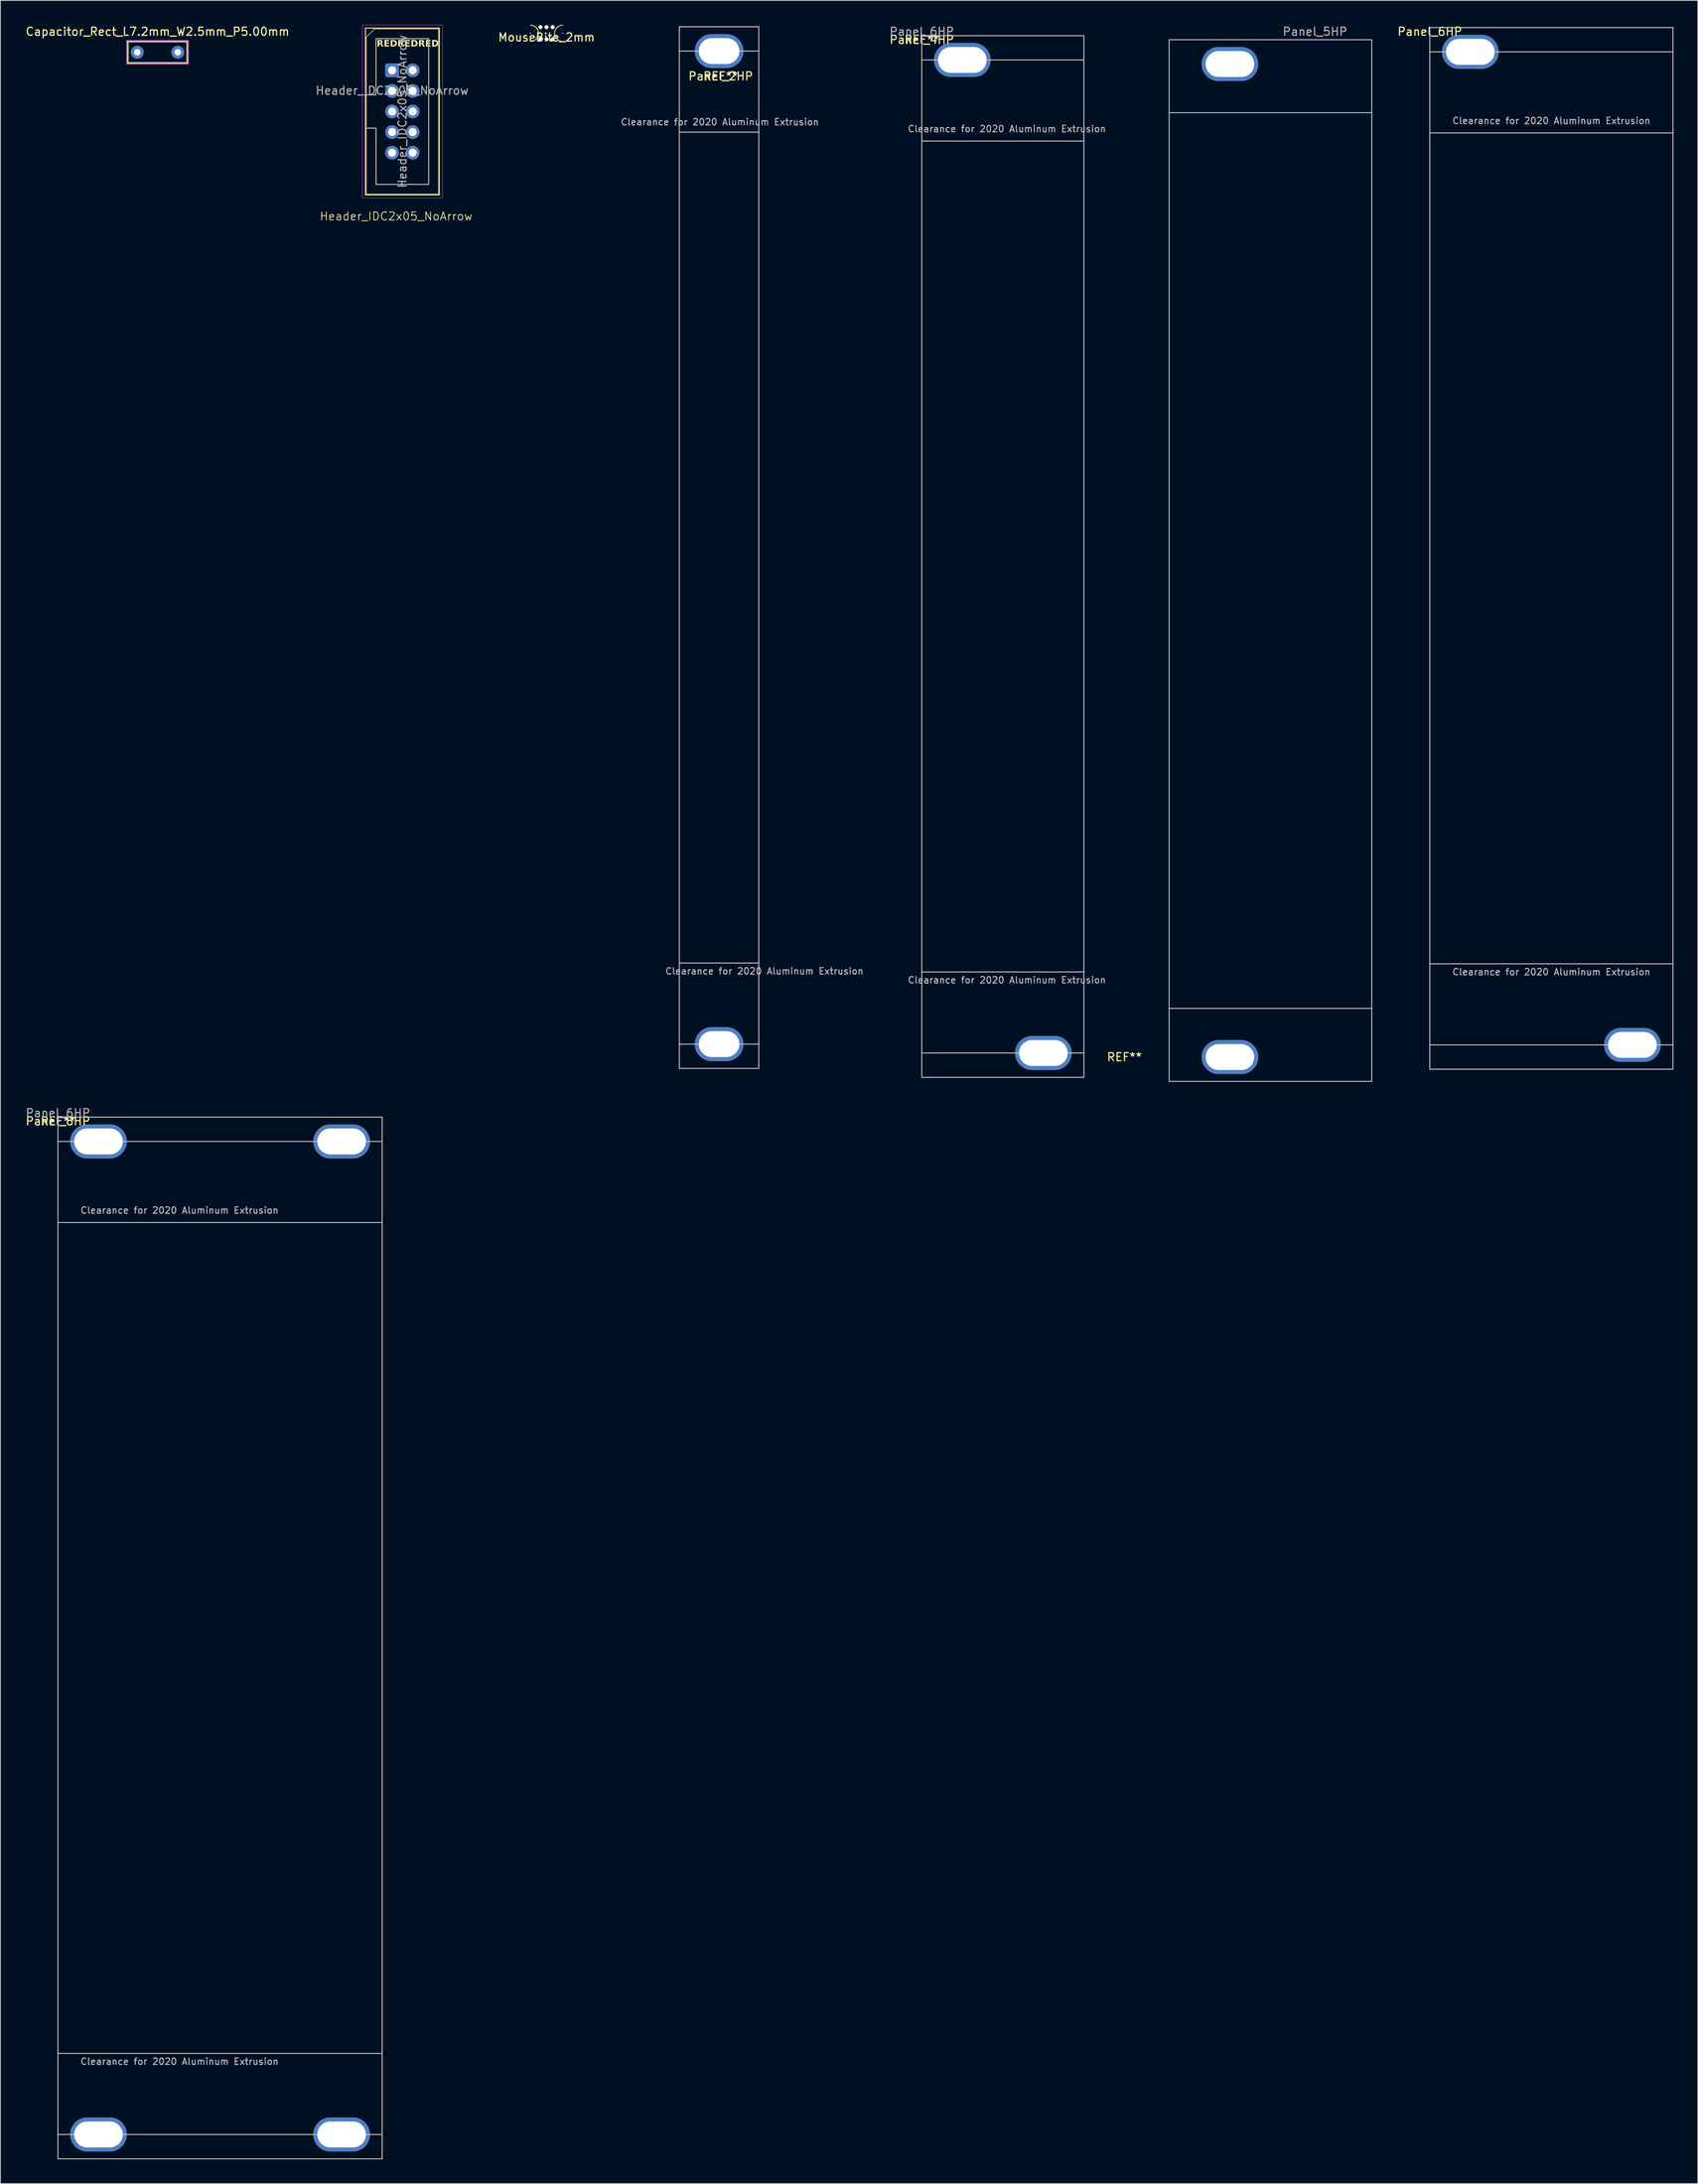
<source format=kicad_pcb>
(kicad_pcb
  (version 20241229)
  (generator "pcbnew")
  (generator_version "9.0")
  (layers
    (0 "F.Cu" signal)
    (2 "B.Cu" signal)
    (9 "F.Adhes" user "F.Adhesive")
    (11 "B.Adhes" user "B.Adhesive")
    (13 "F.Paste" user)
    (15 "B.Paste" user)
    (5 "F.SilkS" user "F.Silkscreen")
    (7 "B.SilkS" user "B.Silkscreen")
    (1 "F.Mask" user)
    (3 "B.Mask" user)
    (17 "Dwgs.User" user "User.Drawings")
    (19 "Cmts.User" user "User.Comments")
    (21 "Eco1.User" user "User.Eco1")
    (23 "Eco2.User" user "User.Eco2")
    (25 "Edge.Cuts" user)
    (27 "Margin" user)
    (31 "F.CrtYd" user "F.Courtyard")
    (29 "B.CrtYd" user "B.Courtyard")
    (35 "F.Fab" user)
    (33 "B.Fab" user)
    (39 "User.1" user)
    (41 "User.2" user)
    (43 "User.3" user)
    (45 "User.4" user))
  (footprint "Header_IDC2x05_NoArrow"
    (layer "F.Cu")
    (at 45.327 5.625)
    (property "Reference" "Header_IDC2x05_NoArrow" (at 0.5 18 0) (unlocked yes) (layer "F.SilkS") (effects (font (size 1 1) (thickness 0.1))))
    (attr through_hole)
    (fp_line (start -3.29 -5.21) (end 5.83 -5.21) (stroke (width 0.12) (type solid)) (layer "F.SilkS"))
    (fp_line (start -3.29 3.03) (end -1.98 3.03) (stroke (width 0.12) (type solid)) (layer "F.SilkS"))
    (fp_line (start -3.29 15.37) (end -3.29 -5.21) (stroke (width 0.12) (type solid)) (layer "F.SilkS"))
    (fp_line (start -1.98 -3.91) (end 4.52 -3.91) (stroke (width 0.12) (type solid)) (layer "F.SilkS"))
    (fp_line (start -1.98 3.03) (end -1.98 -3.91) (stroke (width 0.12) (type solid)) (layer "F.SilkS"))
    (fp_line (start -1.98 7.13) (end -3.29 7.13) (stroke (width 0.12) (type solid)) (layer "F.SilkS"))
    (fp_line (start -1.98 7.13) (end -1.98 7.13) (stroke (width 0.12) (type solid)) (layer "F.SilkS"))
    (fp_line (start -1.98 14.07) (end -1.98 7.13) (stroke (width 0.12) (type solid)) (layer "F.SilkS"))
    (fp_line (start 4.52 -3.91) (end 4.52 14.07) (stroke (width 0.12) (type solid)) (layer "F.SilkS"))
    (fp_line (start 4.52 14.07) (end -1.98 14.07) (stroke (width 0.12) (type solid)) (layer "F.SilkS"))
    (fp_line (start 5.83 -5.21) (end 5.83 15.37) (stroke (width 0.12) (type solid)) (layer "F.SilkS"))
    (fp_line (start 5.83 15.37) (end -3.29 15.37) (stroke (width 0.12) (type solid)) (layer "F.SilkS"))
    (fp_line (start -3.68 -5.6) (end -3.68 15.76) (stroke (width 0.05) (type solid)) (layer "F.CrtYd"))
    (fp_line (start -3.68 15.76) (end 6.22 15.76) (stroke (width 0.05) (type solid)) (layer "F.CrtYd"))
    (fp_line (start 6.22 -5.6) (end -3.68 -5.6) (stroke (width 0.05) (type solid)) (layer "F.CrtYd"))
    (fp_line (start 6.22 15.76) (end 6.22 -5.6) (stroke (width 0.05) (type solid)) (layer "F.CrtYd"))
    (fp_line (start -3.18 -4.1) (end -2.18 -5.1) (stroke (width 0.1) (type solid)) (layer "F.Fab"))
    (fp_line (start -3.18 3.03) (end -1.98 3.03) (stroke (width 0.1) (type solid)) (layer "F.Fab"))
    (fp_line (start -3.18 15.26) (end -3.18 -4.1) (stroke (width 0.1) (type solid)) (layer "F.Fab"))
    (fp_line (start -2.18 -5.1) (end 5.72 -5.1) (stroke (width 0.1) (type solid)) (layer "F.Fab"))
    (fp_line (start -1.98 -3.91) (end 4.52 -3.91) (stroke (width 0.1) (type solid)) (layer "F.Fab"))
    (fp_line (start -1.98 3.03) (end -1.98 -3.91) (stroke (width 0.1) (type solid)) (layer "F.Fab"))
    (fp_line (start -1.98 7.13) (end -3.18 7.13) (stroke (width 0.1) (type solid)) (layer "F.Fab"))
    (fp_line (start -1.98 7.13) (end -1.98 7.13) (stroke (width 0.1) (type solid)) (layer "F.Fab"))
    (fp_line (start -1.98 14.07) (end -1.98 7.13) (stroke (width 0.1) (type solid)) (layer "F.Fab"))
    (fp_line (start 4.52 -3.91) (end 4.52 14.07) (stroke (width 0.1) (type solid)) (layer "F.Fab"))
    (fp_line (start 4.52 14.07) (end -1.98 14.07) (stroke (width 0.1) (type solid)) (layer "F.Fab"))
    (fp_line (start 5.72 -5.1) (end 5.72 15.26) (stroke (width 0.1) (type solid)) (layer "F.Fab"))
    (fp_line (start 5.72 15.26) (end -3.18 15.26) (stroke (width 0.1) (type solid)) (layer "F.Fab"))
    (fp_text user "REDREDRED" (at -1.9 -2.8 0) (unlocked yes) (layer "F.SilkS") (effects (font (face "Exo 2") (size 0.8 0.8) (thickness 0.16) (bold yes)) (justify left bottom)))
    (fp_text user "${REFERENCE}" (at 0 2.5 0) (unlocked yes) (layer "F.Fab") (effects (font (size 1 1) (thickness 0.15))))
    (fp_text user "${REFERENCE}" (at 1.27 5.08 90) (layer "F.Fab") (effects (font (size 1 1) (thickness 0.15))))
    (pad "1" thru_hole roundrect (at 0 0) (size 1.7 1.7) (drill 1) (layers "*.Cu" "*.Mask") (roundrect_rratio 0.147))
    (pad "2" thru_hole circle (at 2.54 0) (size 1.7 1.7) (drill 1) (layers "*.Cu" "*.Mask"))
    (pad "3" thru_hole circle (at 0 2.54) (size 1.7 1.7) (drill 1) (layers "*.Cu" "*.Mask"))
    (pad "4" thru_hole circle (at 2.54 2.54) (size 1.7 1.7) (drill 1) (layers "*.Cu" "*.Mask"))
    (pad "5" thru_hole circle (at 0 5.08) (size 1.7 1.7) (drill 1) (layers "*.Cu" "*.Mask"))
    (pad "6" thru_hole circle (at 2.54 5.08) (size 1.7 1.7) (drill 1) (layers "*.Cu" "*.Mask"))
    (pad "7" thru_hole circle (at 0 7.62) (size 1.7 1.7) (drill 1) (layers "*.Cu" "*.Mask"))
    (pad "8" thru_hole circle (at 2.54 7.62) (size 1.7 1.7) (drill 1) (layers "*.Cu" "*.Mask"))
    (pad "9" thru_hole circle (at 0 10.16) (size 1.7 1.7) (drill 1) (layers "*.Cu" "*.Mask"))
    (pad "10" thru_hole circle (at 2.54 10.16) (size 1.7 1.7) (drill 1) (layers "*.Cu" "*.Mask")))
  (footprint "Capacitor_Rect_L7.2mm_W2.5mm_P5.00mm"
    (layer "F.Cu")
    (at 13.887 3.398)
    (property "Reference" "Capacitor_Rect_L7.2mm_W2.5mm_P5.00mm" (at 2.5 -2.55 0) (layer "F.SilkS") (effects (font (size 1 1) (thickness 0.15))))
    (attr through_hole)
    (fp_line (start -1.22 -1.37) (end -1.22 1.37) (stroke (width 0.12) (type solid)) (layer "F.SilkS"))
    (fp_line (start -1.22 -1.37) (end 6.22 -1.37) (stroke (width 0.12) (type solid)) (layer "F.SilkS"))
    (fp_line (start -1.22 1.37) (end 6.22 1.37) (stroke (width 0.12) (type solid)) (layer "F.SilkS"))
    (fp_line (start 6.22 -1.37) (end 6.22 1.37) (stroke (width 0.12) (type solid)) (layer "F.SilkS"))
    (fp_line (start -1.35 -1.5) (end -1.35 1.5) (stroke (width 0.05) (type solid)) (layer "F.CrtYd"))
    (fp_line (start -1.35 1.5) (end 6.35 1.5) (stroke (width 0.05) (type solid)) (layer "F.CrtYd"))
    (fp_line (start 6.35 -1.5) (end -1.35 -1.5) (stroke (width 0.05) (type solid)) (layer "F.CrtYd"))
    (fp_line (start 6.35 1.5) (end 6.35 -1.5) (stroke (width 0.05) (type solid)) (layer "F.CrtYd"))
    (fp_line (start -1.1 -1.25) (end -1.1 1.25) (stroke (width 0.1) (type solid)) (layer "F.Fab"))
    (fp_line (start -1.1 1.25) (end 6.1 1.25) (stroke (width 0.1) (type solid)) (layer "F.Fab"))
    (fp_line (start 6.1 -1.25) (end -1.1 -1.25) (stroke (width 0.1) (type solid)) (layer "F.Fab"))
    (fp_line (start 6.1 1.25) (end 6.1 -1.25) (stroke (width 0.1) (type solid)) (layer "F.Fab"))
    (pad "1" thru_hole circle (at 0 0) (size 1.6 1.6) (drill 0.8) (layers "*.Cu" "*.Mask"))
    (pad "2" thru_hole circle (at 5 0) (size 1.6 1.6) (drill 0.8) (layers "*.Cu" "*.Mask")))
  (footprint "MouseBite_2mm"
    (layer "F.Cu")
    (at 64.383 1.05)
    (property "Reference" "MouseBite_2mm" (at 0 0.5 0) (layer "F.SilkS") (effects (font (size 1 1) (thickness 0.15))))
    (attr through_hole)
    (fp_arc (start -2 -1) (mid -1 0) (end -2 1) (stroke (width 0.1) (type solid)) (layer "F.SilkS"))
    (fp_arc (start 2 1) (mid 1 0) (end 2 -1) (stroke (width 0.1) (type solid)) (layer "F.SilkS"))
    (fp_circle (center -2 0) (end -2 -0.06) (stroke (width 0.05) (type solid)) (fill no) (layer "Dwgs.User"))
    (fp_circle (center 2 0) (end 2.06 0) (stroke (width 0.05) (type solid)) (fill no) (layer "Dwgs.User"))
    (fp_line (start -2 0) (end -2 0) (stroke (width 2) (type solid)) (layer "Eco1.User"))
    (fp_line (start 2 0) (end 2 0) (stroke (width 2) (type solid)) (layer "Eco1.User"))
    (pad "" np_thru_hole circle (at -0.75 -0.75) (size 0.5 0.5) (drill 0.5) (layers "*.Cu" "*.Mask"))
    (pad "" np_thru_hole circle (at -0.75 0.75) (size 0.5 0.5) (drill 0.5) (layers "*.Cu" "*.Mask"))
    (pad "" np_thru_hole circle (at 0 -0.75) (size 0.5 0.5) (drill 0.5) (layers "*.Cu" "*.Mask"))
    (pad "" np_thru_hole circle (at 0 0.75) (size 0.5 0.5) (drill 0.5) (layers "*.Cu" "*.Mask"))
    (pad "" np_thru_hole circle (at 0.75 -0.75) (size 0.5 0.5) (drill 0.5) (layers "*.Cu" "*.Mask"))
    (pad "" np_thru_hole circle (at 0.75 0.75) (size 0.5 0.5) (drill 0.5) (layers "*.Cu" "*.Mask")))
  (footprint "Panel_8HP"
    (layer "F.Cu")
    (at 4.101 134.756)
    (property "Reference" "Panel_8HP" (at 0 0.5 0) (layer "F.SilkS") (effects (font (size 1 1) (thickness 0.15))))
    (attr through_hole)
    (fp_line (start 0 0) (end 40 0) (stroke (width 0.12) (type solid)) (layer "Dwgs.User"))
    (fp_line (start 0 3) (end 40 3) (stroke (width 0.12) (type solid)) (layer "Dwgs.User"))
    (fp_line (start 0 13) (end 40 13) (stroke (width 0.12) (type solid)) (layer "Dwgs.User"))
    (fp_line (start 0 115.5) (end 40 115.5) (stroke (width 0.12) (type solid)) (layer "Dwgs.User"))
    (fp_line (start 0 125.5) (end 40 125.5) (stroke (width 0.12) (type solid)) (layer "Dwgs.User"))
    (fp_line (start 0 128.5) (end 0 0) (stroke (width 0.12) (type solid)) (layer "Dwgs.User"))
    (fp_line (start 40 0) (end 40 128.5) (stroke (width 0.12) (type solid)) (layer "Dwgs.User"))
    (fp_line (start 40 128.5) (end 0 128.5) (stroke (width 0.12) (type solid)) (layer "Dwgs.User"))
    (fp_text user "REF**" (at 0 0.5 0) (layer "F.SilkS") (effects (font (size 1 1) (thickness 0.15))))
    (fp_text user "Clearance for 2020 Aluminum Extrusion" (at 15 11.5 0) (layer "Dwgs.User") (effects (font (size 0.8 0.8) (thickness 0.12))))
    (fp_text user "Clearance for 2020 Aluminum Extrusion" (at 15 116.5 0) (layer "Dwgs.User") (effects (font (size 0.8 0.8) (thickness 0.12))))
    (fp_text user "Panel_6HP" (at 0 -0.5 0) (layer "F.Fab") (effects (font (size 1 1) (thickness 0.15))))
    (pad "" thru_hole oval (at 5 3) (size 7 4.2) (drill oval 6 3.2) (layers "*.Cu" "*.Mask"))
    (pad "" thru_hole oval (at 5 125.5) (size 7 4.2) (drill oval 6 3.2) (layers "*.Cu" "*.Mask"))
    (pad "" thru_hole oval (at 35 3) (size 7 4.2) (drill oval 6 3.2) (layers "*.Cu" "*.Mask"))
    (pad "" thru_hole oval (at 35 125.5) (size 7 4.2) (drill oval 6 3.2) (layers "*.Cu" "*.Mask")))
  (footprint "Panel_2HP"
    (layer "F.Cu")
    (at 80.77 0.25)
    (property "Reference" "Panel_2HP" (at 5.1 6.1 0) (layer "F.SilkS") (effects (font (size 1 1) (thickness 0.15))))
    (attr through_hole)
    (fp_line (start 0 0) (end 9.8 0) (stroke (width 0.12) (type solid)) (layer "Dwgs.User"))
    (fp_line (start 0 3) (end 9.8 3) (stroke (width 0.12) (type solid)) (layer "Dwgs.User"))
    (fp_line (start 0 13) (end 9.8 13) (stroke (width 0.12) (type solid)) (layer "Dwgs.User"))
    (fp_line (start 0 115.5) (end 9.8 115.5) (stroke (width 0.12) (type solid)) (layer "Dwgs.User"))
    (fp_line (start 0 125.5) (end 9.8 125.5) (stroke (width 0.12) (type solid)) (layer "Dwgs.User"))
    (fp_line (start 0 128.5) (end 0 0) (stroke (width 0.12) (type solid)) (layer "Dwgs.User"))
    (fp_line (start 9.8 0) (end 9.8 128.5) (stroke (width 0.12) (type solid)) (layer "Dwgs.User"))
    (fp_line (start 9.8 128.5) (end 0 128.5) (stroke (width 0.12) (type solid)) (layer "Dwgs.User"))
    (fp_text user "REF**" (at 5.1 6.1 0) (layer "F.SilkS") (effects (font (size 1 1) (thickness 0.15))))
    (fp_text user "Clearance for 2020 Aluminum Extrusion" (at 10.5 116.5 0) (layer "Dwgs.User") (effects (font (size 0.8 0.8) (thickness 0.12))))
    (fp_text user "Clearance for 2020 Aluminum Extrusion" (at 5 11.75 0) (layer "Dwgs.User") (effects (font (size 0.8 0.8) (thickness 0.12))))
    (pad "1" thru_hole oval (at 4.9 3) (size 6 4.2) (drill oval 5 3.2) (layers "*.Cu" "*.Mask"))
    (pad "1" thru_hole oval (at 4.9 125.5) (size 6 4.2) (drill oval 5 3.2) (layers "*.Cu" "*.Mask")))
  (footprint "Panel_6HP"
    (layer "F.Cu")
    (at 173.36 0.348)
    (property "Reference" "Panel_6HP" (at 0 0.5 0) (layer "F.SilkS") (effects (font (size 1 1) (thickness 0.15))))
    (attr through_hole)
    (fp_line (start 0 0) (end 30 0) (stroke (width 0.12) (type solid)) (layer "Dwgs.User"))
    (fp_line (start 0 3) (end 30 3) (stroke (width 0.12) (type solid)) (layer "Dwgs.User"))
    (fp_line (start 0 13) (end 30 13) (stroke (width 0.12) (type solid)) (layer "Dwgs.User"))
    (fp_line (start 0 115.5) (end 30 115.5) (stroke (width 0.12) (type solid)) (layer "Dwgs.User"))
    (fp_line (start 0 125.5) (end 30 125.5) (stroke (width 0.12) (type solid)) (layer "Dwgs.User"))
    (fp_line (start 0 128.5) (end 0 0) (stroke (width 0.12) (type solid)) (layer "Dwgs.User"))
    (fp_line (start 30 0) (end 30 128.5) (stroke (width 0.12) (type solid)) (layer "Dwgs.User"))
    (fp_line (start 30 128.5) (end 0 128.5) (stroke (width 0.12) (type solid)) (layer "Dwgs.User"))
    (fp_text user "REF**" (at 25 126 0) (layer "F.SilkS") (effects (font (size 1 1) (thickness 0.15))))
    (fp_text user "REF**" (at 5.5 3.5 0) (layer "F.SilkS") (effects (font (size 1 1) (thickness 0.15))))
    (fp_text user "Clearance for 2020 Aluminum Extrusion" (at 15 116.5 0) (layer "Dwgs.User") (effects (font (size 0.8 0.8) (thickness 0.12))))
    (fp_text user "Clearance for 2020 Aluminum Extrusion" (at 15 11.5 0) (layer "Dwgs.User") (effects (font (size 0.8 0.8) (thickness 0.12))))
    (pad "1" thru_hole oval (at 5 3) (size 7 4.2) (drill oval 6 3.2) (layers "*.Cu" "*.Mask"))
    (pad "1" thru_hole oval (at 25 125.5) (size 7 4.2) (drill oval 6 3.2) (layers "*.Cu" "*.Mask")))
  (footprint "Panel_5HP"
    (layer "F.Cu")
    (at 141.199 1.848)
    (property "Reference" "Panel_5HP" (at 18 -1 0) (layer "F.Fab") (effects (font (size 1 1) (thickness 0.15))))
    (attr through_hole)
    (fp_line (start 0 0) (end 25 0) (stroke (width 0.12) (type solid)) (layer "Dwgs.User"))
    (fp_line (start 0 9) (end 25 9) (stroke (width 0.12) (type solid)) (layer "Dwgs.User"))
    (fp_line (start 0 119.5) (end 25 119.5) (stroke (width 0.12) (type solid)) (layer "Dwgs.User"))
    (fp_line (start 0 128.5) (end 0 0) (stroke (width 0.12) (type solid)) (layer "Dwgs.User"))
    (fp_line (start 25 0) (end 25 128.5) (stroke (width 0.12) (type solid)) (layer "Dwgs.User"))
    (fp_line (start 25 128.5) (end 0 128.5) (stroke (width 0.12) (type solid)) (layer "Dwgs.User"))
    (pad "" thru_hole oval (at 7.5 3) (size 7 4.2) (drill oval 6 3.2) (layers "*.Cu" "*.Mask"))
    (pad "" thru_hole oval (at 7.5 125.5) (size 7 4.2) (drill oval 6 3.2) (layers "*.Cu" "*.Mask")))
  (footprint "Panel_4HP"
    (layer "F.Cu")
    (at 110.681 1.348)
    (property "Reference" "Panel_4HP" (at 0 0.5 0) (layer "F.SilkS") (effects (font (size 1 1) (thickness 0.15))))
    (attr through_hole)
    (fp_line (start 0 0) (end 20 0) (stroke (width 0.12) (type solid)) (layer "Dwgs.User"))
    (fp_line (start 0 3) (end 20 3) (stroke (width 0.12) (type solid)) (layer "Dwgs.User"))
    (fp_line (start 0 13) (end 20 13) (stroke (width 0.12) (type solid)) (layer "Dwgs.User"))
    (fp_line (start 0 115.5) (end 20 115.5) (stroke (width 0.12) (type solid)) (layer "Dwgs.User"))
    (fp_line (start 0 125.5) (end 20 125.5) (stroke (width 0.12) (type solid)) (layer "Dwgs.User"))
    (fp_line (start 0 128.5) (end 0 0) (stroke (width 0.12) (type solid)) (layer "Dwgs.User"))
    (fp_line (start 20 0) (end 20 128.5) (stroke (width 0.12) (type solid)) (layer "Dwgs.User"))
    (fp_line (start 20 128.5) (end 0 128.5) (stroke (width 0.12) (type solid)) (layer "Dwgs.User"))
    (fp_text user "REF**" (at 25 126 0) (layer "F.SilkS") (effects (font (size 1 1) (thickness 0.15))))
    (fp_text user "REF**" (at 5.5 3.5 0) (layer "F.SilkS") (effects (font (size 1 1) (thickness 0.15))))
    (fp_text user "REF**" (at 0 0.5 0) (layer "F.SilkS") (effects (font (size 1 1) (thickness 0.15))))
    (fp_text user "Clearance for 2020 Aluminum Extrusion" (at 10.5 116.5 0) (layer "Dwgs.User") (effects (font (size 0.8 0.8) (thickness 0.12))))
    (fp_text user "Clearance for 2020 Aluminum Extrusion" (at 10.5 11.5 0) (layer "Dwgs.User") (effects (font (size 0.8 0.8) (thickness 0.12))))
    (fp_text user "Panel_6HP" (at 0 -0.5 0) (layer "F.Fab") (effects (font (size 1 1) (thickness 0.15))))
    (pad "1" thru_hole oval (at 5 3) (size 7 4.2) (drill oval 6 3.2) (layers "*.Cu" "*.Mask"))
    (pad "1" thru_hole oval (at 15 125.5) (size 7 4.2) (drill oval 6 3.2) (layers "*.Cu" "*.Mask")))
  (gr_rect
    (start -3 -3)
    (end 206.42 266.317)
    (stroke (width 0.1) (type default))
    (fill no)
    (layer "Edge.Cuts")))
</source>
